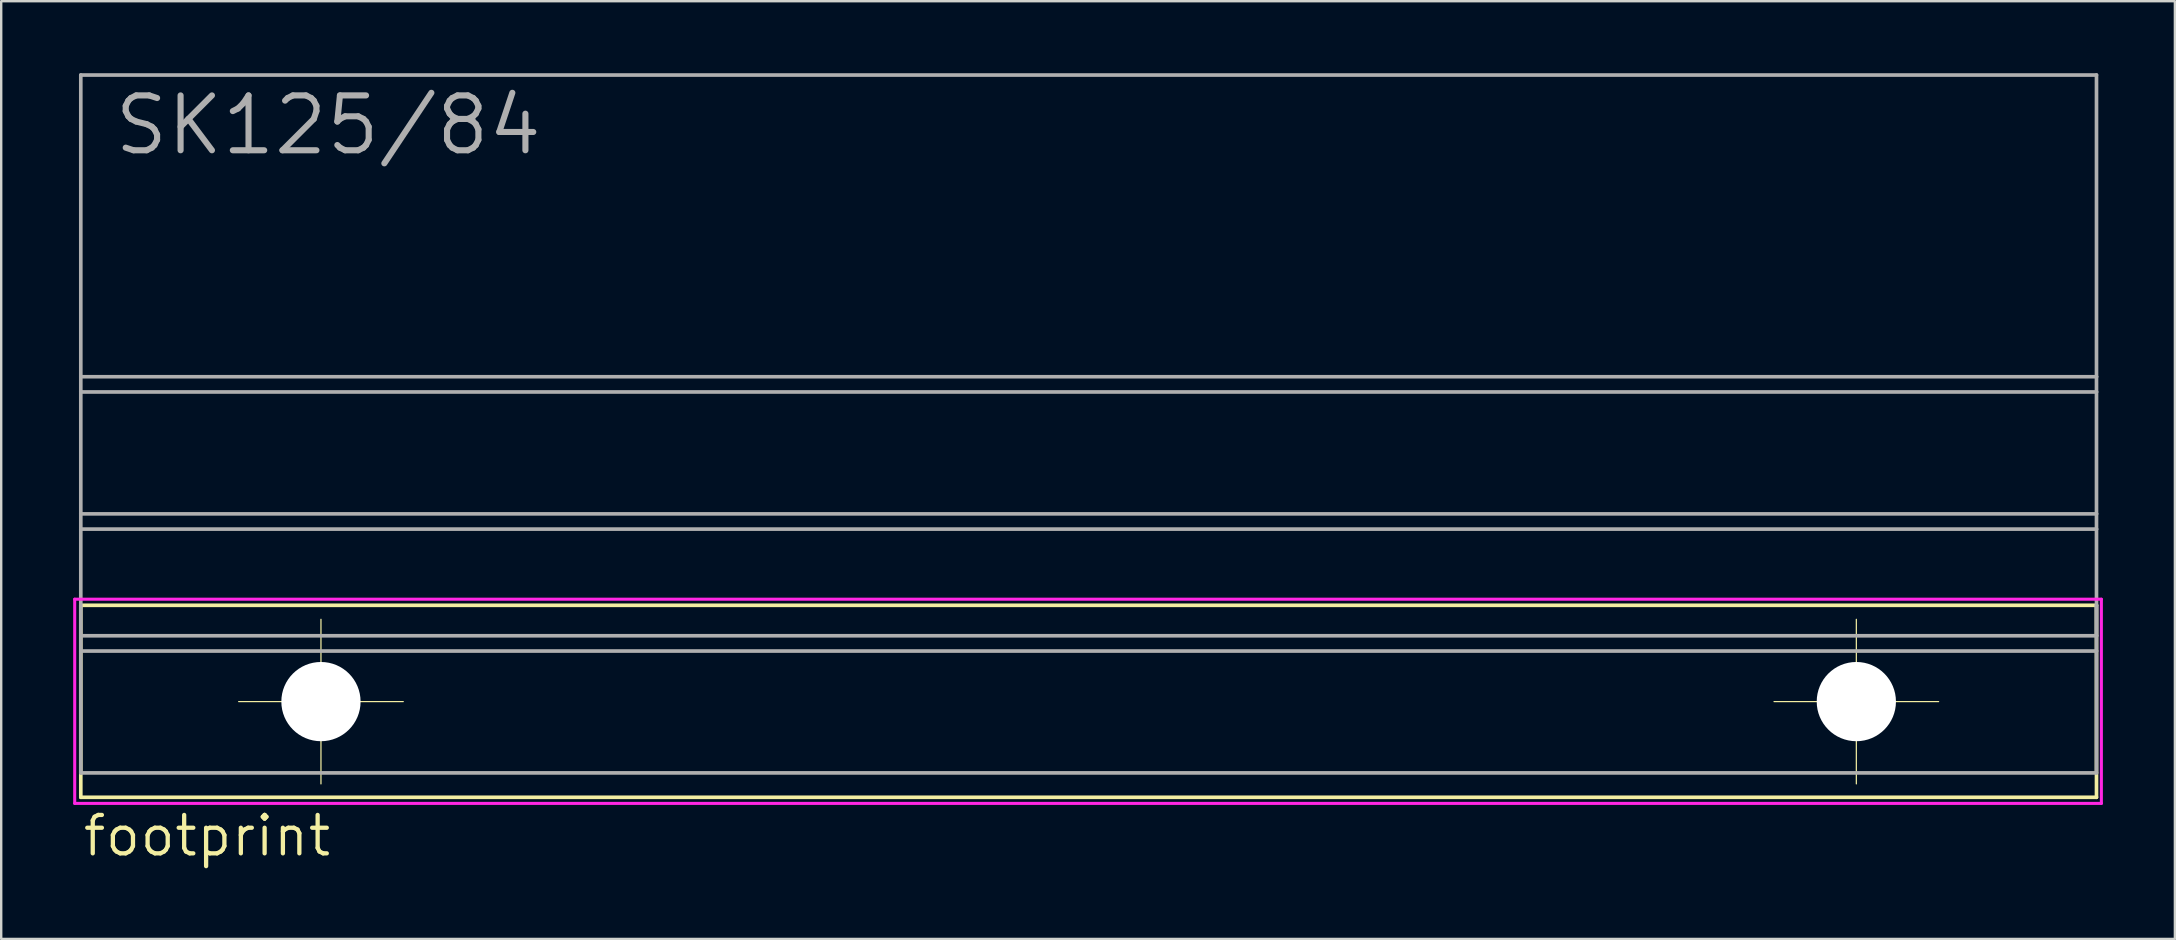
<source format=kicad_pcb>
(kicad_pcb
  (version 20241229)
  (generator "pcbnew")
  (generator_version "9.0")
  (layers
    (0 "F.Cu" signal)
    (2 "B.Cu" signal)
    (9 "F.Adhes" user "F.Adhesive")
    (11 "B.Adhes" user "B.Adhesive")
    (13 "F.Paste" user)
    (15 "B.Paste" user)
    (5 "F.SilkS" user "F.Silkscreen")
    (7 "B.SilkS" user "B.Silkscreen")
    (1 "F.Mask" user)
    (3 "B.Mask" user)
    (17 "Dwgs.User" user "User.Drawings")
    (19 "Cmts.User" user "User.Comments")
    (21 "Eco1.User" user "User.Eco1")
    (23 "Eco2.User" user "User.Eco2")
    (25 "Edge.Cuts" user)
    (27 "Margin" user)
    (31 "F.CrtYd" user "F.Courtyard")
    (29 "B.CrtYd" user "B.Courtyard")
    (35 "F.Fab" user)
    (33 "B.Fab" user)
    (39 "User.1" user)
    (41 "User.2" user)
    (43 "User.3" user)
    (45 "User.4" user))
  (footprint "footprint"
    (layer "F.Cu")
    (at 42.227 30.175)
    (property "Reference" "footprint" (at -41.91 2.54 0) (layer "F.SilkS") (effects (font (size 1.6 1.6) (thickness 0.178)) (justify left bottom)))
    (fp_line (start -41.91 -8.001) (end 42.088 -8.001) (stroke (width 0.152) (type solid)) (layer "F.SilkS"))
    (fp_line (start -41.91 0) (end -41.91 -8.001) (stroke (width 0.152) (type solid)) (layer "F.SilkS"))
    (fp_line (start -31.902 -7.417) (end -31.902 -0.559) (stroke (width 0.051) (type solid)) (layer "F.SilkS"))
    (fp_line (start -28.473 -3.988) (end -35.331 -3.988) (stroke (width 0.051) (type solid)) (layer "F.SilkS"))
    (fp_line (start 32.08 -7.417) (end 32.08 -0.559) (stroke (width 0.051) (type solid)) (layer "F.SilkS"))
    (fp_line (start 35.509 -3.988) (end 28.651 -3.988) (stroke (width 0.051) (type solid)) (layer "F.SilkS"))
    (fp_line (start 42.088 0) (end -41.91 0) (stroke (width 0.152) (type solid)) (layer "F.SilkS"))
    (fp_line (start 42.088 0) (end 42.088 -8.001) (stroke (width 0.152) (type solid)) (layer "F.SilkS"))
    (fp_line (start -42.164 -8.255) (end -42.164 0.254) (stroke (width 0.127) (type solid)) (layer "F.CrtYd"))
    (fp_line (start -42.164 -8.255) (end 42.291 -8.255) (stroke (width 0.127) (type solid)) (layer "F.CrtYd"))
    (fp_line (start 42.291 0.254) (end -42.164 0.254) (stroke (width 0.127) (type solid)) (layer "F.CrtYd"))
    (fp_line (start 42.291 0.254) (end 42.291 -8.255) (stroke (width 0.127) (type solid)) (layer "F.CrtYd"))
    (fp_line (start -41.91 -30.099) (end 42.088 -30.099) (stroke (width 0.152) (type solid)) (layer "F.Fab"))
    (fp_line (start -41.91 -17.526) (end -41.91 -30.099) (stroke (width 0.152) (type solid)) (layer "F.Fab"))
    (fp_line (start -41.91 -17.526) (end 42.088 -17.526) (stroke (width 0.152) (type solid)) (layer "F.Fab"))
    (fp_line (start -41.91 -16.891) (end -41.91 -17.526) (stroke (width 0.152) (type solid)) (layer "F.Fab"))
    (fp_line (start -41.91 -16.891) (end 42.088 -16.891) (stroke (width 0.152) (type solid)) (layer "F.Fab"))
    (fp_line (start -41.91 -11.811) (end -41.91 -16.891) (stroke (width 0.152) (type solid)) (layer "F.Fab"))
    (fp_line (start -41.91 -11.811) (end 42.088 -11.811) (stroke (width 0.152) (type solid)) (layer "F.Fab"))
    (fp_line (start -41.91 -11.176) (end -41.91 -11.811) (stroke (width 0.152) (type solid)) (layer "F.Fab"))
    (fp_line (start -41.91 -11.176) (end 42.088 -11.176) (stroke (width 0.152) (type solid)) (layer "F.Fab"))
    (fp_line (start -41.91 -6.731) (end -41.91 -11.176) (stroke (width 0.152) (type solid)) (layer "F.Fab"))
    (fp_line (start -41.91 -6.731) (end 42.088 -6.731) (stroke (width 0.152) (type solid)) (layer "F.Fab"))
    (fp_line (start -41.91 -6.096) (end -41.91 -6.731) (stroke (width 0.152) (type solid)) (layer "F.Fab"))
    (fp_line (start -41.91 -6.096) (end -41.91 -1.016) (stroke (width 0.152) (type solid)) (layer "F.Fab"))
    (fp_line (start -41.91 -6.096) (end 42.088 -6.096) (stroke (width 0.152) (type solid)) (layer "F.Fab"))
    (fp_line (start -41.91 -1.016) (end 42.088 -1.016) (stroke (width 0.152) (type solid)) (layer "F.Fab"))
    (fp_line (start 42.088 -17.526) (end 42.088 -30.099) (stroke (width 0.152) (type solid)) (layer "F.Fab"))
    (fp_line (start 42.088 -16.891) (end 42.088 -17.526) (stroke (width 0.152) (type solid)) (layer "F.Fab"))
    (fp_line (start 42.088 -11.811) (end 42.088 -16.891) (stroke (width 0.152) (type solid)) (layer "F.Fab"))
    (fp_line (start 42.088 -11.176) (end 42.088 -11.811) (stroke (width 0.152) (type solid)) (layer "F.Fab"))
    (fp_line (start 42.088 -8.001) (end 42.088 -6.731) (stroke (width 0.152) (type solid)) (layer "F.Fab"))
    (fp_line (start 42.088 -6.731) (end 42.088 -11.176) (stroke (width 0.152) (type solid)) (layer "F.Fab"))
    (fp_line (start 42.088 -6.731) (end 42.088 -6.096) (stroke (width 0.152) (type solid)) (layer "F.Fab"))
    (fp_line (start 42.088 -1.016) (end 42.088 -6.096) (stroke (width 0.152) (type solid)) (layer "F.Fab"))
    (fp_text user "SK125/84" (at -40.64 -26.67 0) (layer "F.Fab") (effects (font (size 2.286 2.286) (thickness 0.254)) (justify left bottom)))
    (pad "" np_thru_hole circle (at -31.902 -3.988) (size 3.302 3.302) (drill 3.302) (layers "*.Cu" "*.Mask"))
    (pad "" np_thru_hole circle (at 32.08 -3.988) (size 3.302 3.302) (drill 3.302) (layers "*.Cu" "*.Mask"))
    (zone (net_name "") (layer "B.Cu") (hatch edge 0.508) (connect_pads) (min_thickness 0.254) (filled_areas_thickness no) (keepout (tracks not_allowed) (vias not_allowed) (pads not_allowed) (copperpour not_allowed) (footprints allowed)) (placement (enabled no)) (fill) (polygon (pts (xy 14.719 26.187) (xy 14.653 25.424) (xy 14.454 24.684) (xy 14.131 23.99) (xy 13.691 23.363) (xy 13.15 22.821) (xy 12.522 22.382) (xy 11.828 22.058) (xy 11.088 21.86) (xy 10.325 21.793) (xy 9.562 21.86) (xy 8.822 22.058) (xy 8.128 22.382) (xy 7.501 22.821) (xy 6.959 23.363) (xy 6.52 23.99) (xy 6.196 24.684) (xy 5.998 25.424) (xy 5.931 26.187) (xy 5.998 26.95) (xy 6.196 27.69) (xy 6.52 28.384) (xy 6.959 29.012) (xy 7.501 29.554) (xy 8.128 29.993) (xy 8.822 30.317) (xy 9.562 30.515) (xy 10.325 30.582) (xy 11.088 30.515) (xy 11.828 30.317) (xy 12.522 29.993) (xy 13.15 29.554) (xy 13.691 29.012) (xy 14.131 28.384) (xy 14.454 27.69) (xy 14.653 26.95))) (polygon (pts (xy 12.027 26.187) (xy 12.001 25.892) (xy 11.924 25.605) (xy 11.799 25.337) (xy 11.629 25.094) (xy 11.419 24.884) (xy 11.176 24.714) (xy 10.907 24.588) (xy 10.621 24.511) (xy 10.325 24.486) (xy 10.03 24.511) (xy 9.743 24.588) (xy 9.474 24.714) (xy 9.231 24.884) (xy 9.021 25.094) (xy 8.851 25.337) (xy 8.726 25.605) (xy 8.649 25.892) (xy 8.623 26.187) (xy 8.649 26.483) (xy 8.726 26.769) (xy 8.851 27.038) (xy 9.021 27.281) (xy 9.231 27.491) (xy 9.474 27.661) (xy 9.743 27.787) (xy 10.03 27.863) (xy 10.325 27.889) (xy 10.621 27.863) (xy 10.907 27.787) (xy 11.176 27.661) (xy 11.419 27.491) (xy 11.629 27.281) (xy 11.799 27.038) (xy 11.924 26.769) (xy 12.001 26.483))))
    (zone (net_name "") (layer "B.Cu") (hatch edge 0.508) (connect_pads) (min_thickness 0.254) (filled_areas_thickness no) (keepout (tracks not_allowed) (vias not_allowed) (pads not_allowed) (copperpour not_allowed) (footprints allowed)) (placement (enabled no)) (fill) (polygon (pts (xy 78.702 26.187) (xy 78.635 25.424) (xy 78.437 24.684) (xy 78.113 23.99) (xy 77.674 23.363) (xy 77.132 22.821) (xy 76.505 22.382) (xy 75.811 22.058) (xy 75.071 21.86) (xy 74.308 21.793) (xy 73.545 21.86) (xy 72.805 22.058) (xy 72.111 22.382) (xy 71.483 22.821) (xy 70.942 23.363) (xy 70.502 23.99) (xy 70.179 24.684) (xy 69.98 25.424) (xy 69.913 26.187) (xy 69.98 26.95) (xy 70.179 27.69) (xy 70.502 28.384) (xy 70.942 29.012) (xy 71.483 29.554) (xy 72.111 29.993) (xy 72.805 30.317) (xy 73.545 30.515) (xy 74.308 30.582) (xy 75.071 30.515) (xy 75.811 30.317) (xy 76.505 29.993) (xy 77.132 29.554) (xy 77.674 29.012) (xy 78.113 28.384) (xy 78.437 27.69) (xy 78.635 26.95))) (polygon (pts (xy 76.01 26.187) (xy 75.984 25.892) (xy 75.907 25.605) (xy 75.782 25.337) (xy 75.611 25.094) (xy 75.402 24.884) (xy 75.159 24.714) (xy 74.89 24.588) (xy 74.603 24.511) (xy 74.308 24.486) (xy 74.012 24.511) (xy 73.726 24.588) (xy 73.457 24.714) (xy 73.214 24.884) (xy 73.004 25.094) (xy 72.834 25.337) (xy 72.709 25.605) (xy 72.632 25.892) (xy 72.606 26.187) (xy 72.632 26.483) (xy 72.709 26.769) (xy 72.834 27.038) (xy 73.004 27.281) (xy 73.214 27.491) (xy 73.457 27.661) (xy 73.726 27.787) (xy 74.012 27.863) (xy 74.308 27.889) (xy 74.603 27.863) (xy 74.89 27.787) (xy 75.159 27.661) (xy 75.402 27.491) (xy 75.611 27.281) (xy 75.782 27.038) (xy 75.907 26.769) (xy 75.984 26.483)))))
  (gr_rect
    (start -3 -3)
    (end 87.582 36.078)
    (stroke (width 0.1) (type default))
    (fill no)
    (layer "Edge.Cuts")))
</source>
